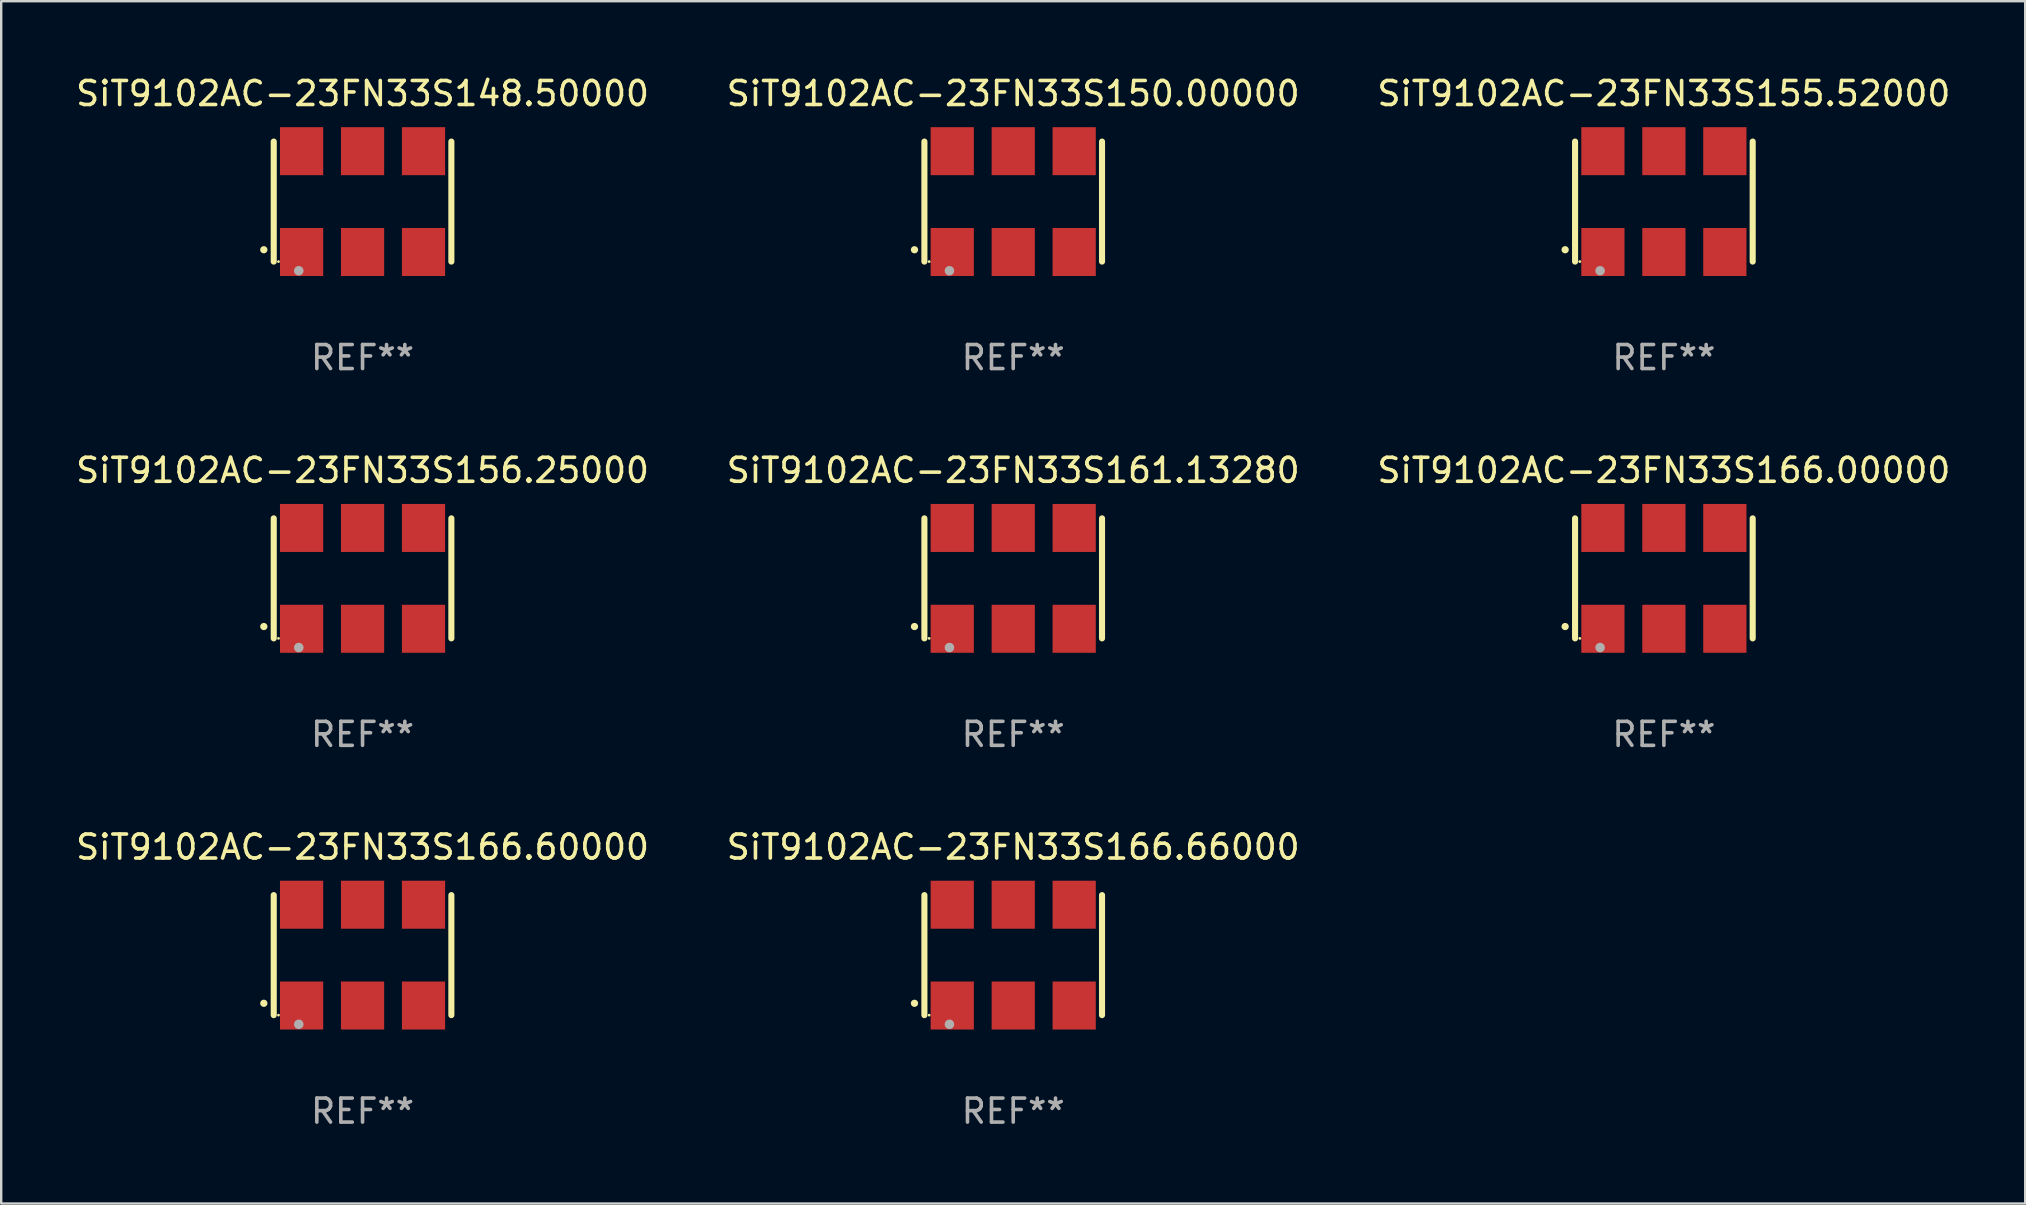
<source format=kicad_pcb>
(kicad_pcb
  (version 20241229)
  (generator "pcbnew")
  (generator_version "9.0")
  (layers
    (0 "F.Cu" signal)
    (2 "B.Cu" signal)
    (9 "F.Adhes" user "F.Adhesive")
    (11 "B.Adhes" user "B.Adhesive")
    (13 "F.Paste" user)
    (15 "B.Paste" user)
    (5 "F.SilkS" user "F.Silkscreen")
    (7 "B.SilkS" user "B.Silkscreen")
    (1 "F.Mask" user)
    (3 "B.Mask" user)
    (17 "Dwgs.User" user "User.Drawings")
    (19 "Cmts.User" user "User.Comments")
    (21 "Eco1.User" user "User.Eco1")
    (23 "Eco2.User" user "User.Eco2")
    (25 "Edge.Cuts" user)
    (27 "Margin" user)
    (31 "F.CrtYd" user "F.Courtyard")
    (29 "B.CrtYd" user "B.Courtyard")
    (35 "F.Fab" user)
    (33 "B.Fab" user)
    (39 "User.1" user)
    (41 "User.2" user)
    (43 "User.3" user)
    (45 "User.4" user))
  (footprint "SiT9102AC-23FN33S166.66000"
    (layer "F.Cu")
    (at 39.161 36.741)
    (property "Reference" "SiT9102AC-23FN33S166.66000" (at 0 -4.5 0) (layer "F.SilkS") (effects (font (size 1 1) (thickness 0.15))))
    (attr through_hole)
    (fp_line (start -3.7 -2.5) (end -3.7 2.5) (stroke (width 0.254) (type solid)) (layer "F.SilkS"))
    (fp_line (start 3.7 -2.5) (end 3.7 2.5) (stroke (width 0.254) (type solid)) (layer "F.SilkS"))
    (fp_arc (start -4.114415 2.006604) (mid -4.113145 2.006599) (end -4.111875 2.006604) (stroke (width 0.3) (type solid)) (layer "F.SilkS"))
    (fp_circle (center -3.502 2.5) (end -3.472 2.5) (stroke (width 0.06) (type solid)) (fill no) (layer "F.SilkS"))
    (fp_circle (center -2.657 2.882) (end -2.557 2.882) (stroke (width 0.2) (type solid)) (fill no) (layer "F.Fab"))
    (fp_text user "REF**" (at 0 6.5 0) (layer "F.Fab") (effects (font (size 1 1) (thickness 0.15))))
    (pad "1" smd rect (at -2.54 2.1) (size 1.8 2) (layers "F.Cu" "F.Mask" "F.Paste"))
    (pad "2" smd rect (at 0.000394 2.1) (size 1.8 2) (layers "F.Cu" "F.Mask" "F.Paste"))
    (pad "3" smd rect (at 2.54 2.1) (size 1.8 2) (layers "F.Cu" "F.Mask" "F.Paste"))
    (pad "4" smd rect (at 2.54 -2.1) (size 1.8 2) (layers "F.Cu" "F.Mask" "F.Paste"))
    (pad "5" smd rect (at 0.000394 -2.1) (size 1.8 2) (layers "F.Cu" "F.Mask" "F.Paste"))
    (pad "6" smd rect (at -2.54 -2.1) (size 1.8 2) (layers "F.Cu" "F.Mask" "F.Paste")))
  (footprint "SiT9102AC-23FN33S166.00000"
    (layer "F.Cu")
    (at 66.268 21.045)
    (property "Reference" "SiT9102AC-23FN33S166.00000" (at 0 -4.5 0) (layer "F.SilkS") (effects (font (size 1 1) (thickness 0.15))))
    (attr through_hole)
    (fp_line (start -3.7 -2.5) (end -3.7 2.5) (stroke (width 0.254) (type solid)) (layer "F.SilkS"))
    (fp_line (start 3.7 -2.5) (end 3.7 2.5) (stroke (width 0.254) (type solid)) (layer "F.SilkS"))
    (fp_arc (start -4.114415 2.006604) (mid -4.113145 2.006599) (end -4.111875 2.006604) (stroke (width 0.3) (type solid)) (layer "F.SilkS"))
    (fp_circle (center -3.502 2.5) (end -3.472 2.5) (stroke (width 0.06) (type solid)) (fill no) (layer "F.SilkS"))
    (fp_circle (center -2.657 2.882) (end -2.557 2.882) (stroke (width 0.2) (type solid)) (fill no) (layer "F.Fab"))
    (fp_text user "REF**" (at 0 6.5 0) (layer "F.Fab") (effects (font (size 1 1) (thickness 0.15))))
    (pad "1" smd rect (at -2.54 2.1) (size 1.8 2) (layers "F.Cu" "F.Mask" "F.Paste"))
    (pad "2" smd rect (at 0.000394 2.1) (size 1.8 2) (layers "F.Cu" "F.Mask" "F.Paste"))
    (pad "3" smd rect (at 2.54 2.1) (size 1.8 2) (layers "F.Cu" "F.Mask" "F.Paste"))
    (pad "4" smd rect (at 2.54 -2.1) (size 1.8 2) (layers "F.Cu" "F.Mask" "F.Paste"))
    (pad "5" smd rect (at 0.000394 -2.1) (size 1.8 2) (layers "F.Cu" "F.Mask" "F.Paste"))
    (pad "6" smd rect (at -2.54 -2.1) (size 1.8 2) (layers "F.Cu" "F.Mask" "F.Paste")))
  (footprint "SiT9102AC-23FN33S150.00000"
    (layer "F.Cu")
    (at 39.161 5.348)
    (property "Reference" "SiT9102AC-23FN33S150.00000" (at 0 -4.5 0) (layer "F.SilkS") (effects (font (size 1 1) (thickness 0.15))))
    (attr through_hole)
    (fp_line (start -3.7 -2.5) (end -3.7 2.5) (stroke (width 0.254) (type solid)) (layer "F.SilkS"))
    (fp_line (start 3.7 -2.5) (end 3.7 2.5) (stroke (width 0.254) (type solid)) (layer "F.SilkS"))
    (fp_arc (start -4.114415 2.006604) (mid -4.113145 2.006599) (end -4.111875 2.006604) (stroke (width 0.3) (type solid)) (layer "F.SilkS"))
    (fp_circle (center -3.502 2.5) (end -3.472 2.5) (stroke (width 0.06) (type solid)) (fill no) (layer "F.SilkS"))
    (fp_circle (center -2.657 2.882) (end -2.557 2.882) (stroke (width 0.2) (type solid)) (fill no) (layer "F.Fab"))
    (fp_text user "REF**" (at 0 6.5 0) (layer "F.Fab") (effects (font (size 1 1) (thickness 0.15))))
    (pad "1" smd rect (at -2.54 2.1) (size 1.8 2) (layers "F.Cu" "F.Mask" "F.Paste"))
    (pad "2" smd rect (at 0.000394 2.1) (size 1.8 2) (layers "F.Cu" "F.Mask" "F.Paste"))
    (pad "3" smd rect (at 2.54 2.1) (size 1.8 2) (layers "F.Cu" "F.Mask" "F.Paste"))
    (pad "4" smd rect (at 2.54 -2.1) (size 1.8 2) (layers "F.Cu" "F.Mask" "F.Paste"))
    (pad "5" smd rect (at 0.000394 -2.1) (size 1.8 2) (layers "F.Cu" "F.Mask" "F.Paste"))
    (pad "6" smd rect (at -2.54 -2.1) (size 1.8 2) (layers "F.Cu" "F.Mask" "F.Paste")))
  (footprint "SiT9102AC-23FN33S155.52000"
    (layer "F.Cu")
    (at 66.268 5.348)
    (property "Reference" "SiT9102AC-23FN33S155.52000" (at 0 -4.5 0) (layer "F.SilkS") (effects (font (size 1 1) (thickness 0.15))))
    (attr through_hole)
    (fp_line (start -3.7 -2.5) (end -3.7 2.5) (stroke (width 0.254) (type solid)) (layer "F.SilkS"))
    (fp_line (start 3.7 -2.5) (end 3.7 2.5) (stroke (width 0.254) (type solid)) (layer "F.SilkS"))
    (fp_arc (start -4.114415 2.006604) (mid -4.113145 2.006599) (end -4.111875 2.006604) (stroke (width 0.3) (type solid)) (layer "F.SilkS"))
    (fp_circle (center -3.502 2.5) (end -3.472 2.5) (stroke (width 0.06) (type solid)) (fill no) (layer "F.SilkS"))
    (fp_circle (center -2.657 2.882) (end -2.557 2.882) (stroke (width 0.2) (type solid)) (fill no) (layer "F.Fab"))
    (fp_text user "REF**" (at 0 6.5 0) (layer "F.Fab") (effects (font (size 1 1) (thickness 0.15))))
    (pad "1" smd rect (at -2.54 2.1) (size 1.8 2) (layers "F.Cu" "F.Mask" "F.Paste"))
    (pad "2" smd rect (at 0.000394 2.1) (size 1.8 2) (layers "F.Cu" "F.Mask" "F.Paste"))
    (pad "3" smd rect (at 2.54 2.1) (size 1.8 2) (layers "F.Cu" "F.Mask" "F.Paste"))
    (pad "4" smd rect (at 2.54 -2.1) (size 1.8 2) (layers "F.Cu" "F.Mask" "F.Paste"))
    (pad "5" smd rect (at 0.000394 -2.1) (size 1.8 2) (layers "F.Cu" "F.Mask" "F.Paste"))
    (pad "6" smd rect (at -2.54 -2.1) (size 1.8 2) (layers "F.Cu" "F.Mask" "F.Paste")))
  (footprint "SiT9102AC-23FN33S148.50000"
    (layer "F.Cu")
    (at 12.054 5.348)
    (property "Reference" "SiT9102AC-23FN33S148.50000" (at 0 -4.5 0) (layer "F.SilkS") (effects (font (size 1 1) (thickness 0.15))))
    (attr through_hole)
    (fp_line (start -3.7 -2.5) (end -3.7 2.5) (stroke (width 0.254) (type solid)) (layer "F.SilkS"))
    (fp_line (start 3.7 -2.5) (end 3.7 2.5) (stroke (width 0.254) (type solid)) (layer "F.SilkS"))
    (fp_arc (start -4.114415 2.006604) (mid -4.113145 2.006599) (end -4.111875 2.006604) (stroke (width 0.3) (type solid)) (layer "F.SilkS"))
    (fp_circle (center -3.502 2.5) (end -3.472 2.5) (stroke (width 0.06) (type solid)) (fill no) (layer "F.SilkS"))
    (fp_circle (center -2.657 2.882) (end -2.557 2.882) (stroke (width 0.2) (type solid)) (fill no) (layer "F.Fab"))
    (fp_text user "REF**" (at 0 6.5 0) (layer "F.Fab") (effects (font (size 1 1) (thickness 0.15))))
    (pad "1" smd rect (at -2.54 2.1) (size 1.8 2) (layers "F.Cu" "F.Mask" "F.Paste"))
    (pad "2" smd rect (at 0.000394 2.1) (size 1.8 2) (layers "F.Cu" "F.Mask" "F.Paste"))
    (pad "3" smd rect (at 2.54 2.1) (size 1.8 2) (layers "F.Cu" "F.Mask" "F.Paste"))
    (pad "4" smd rect (at 2.54 -2.1) (size 1.8 2) (layers "F.Cu" "F.Mask" "F.Paste"))
    (pad "5" smd rect (at 0.000394 -2.1) (size 1.8 2) (layers "F.Cu" "F.Mask" "F.Paste"))
    (pad "6" smd rect (at -2.54 -2.1) (size 1.8 2) (layers "F.Cu" "F.Mask" "F.Paste")))
  (footprint "SiT9102AC-23FN33S156.25000"
    (layer "F.Cu")
    (at 12.054 21.045)
    (property "Reference" "SiT9102AC-23FN33S156.25000" (at 0 -4.5 0) (layer "F.SilkS") (effects (font (size 1 1) (thickness 0.15))))
    (attr through_hole)
    (fp_line (start -3.7 -2.5) (end -3.7 2.5) (stroke (width 0.254) (type solid)) (layer "F.SilkS"))
    (fp_line (start 3.7 -2.5) (end 3.7 2.5) (stroke (width 0.254) (type solid)) (layer "F.SilkS"))
    (fp_arc (start -4.114415 2.006604) (mid -4.113145 2.006599) (end -4.111875 2.006604) (stroke (width 0.3) (type solid)) (layer "F.SilkS"))
    (fp_circle (center -3.502 2.5) (end -3.472 2.5) (stroke (width 0.06) (type solid)) (fill no) (layer "F.SilkS"))
    (fp_circle (center -2.657 2.882) (end -2.557 2.882) (stroke (width 0.2) (type solid)) (fill no) (layer "F.Fab"))
    (fp_text user "REF**" (at 0 6.5 0) (layer "F.Fab") (effects (font (size 1 1) (thickness 0.15))))
    (pad "1" smd rect (at -2.54 2.1) (size 1.8 2) (layers "F.Cu" "F.Mask" "F.Paste"))
    (pad "2" smd rect (at 0.000394 2.1) (size 1.8 2) (layers "F.Cu" "F.Mask" "F.Paste"))
    (pad "3" smd rect (at 2.54 2.1) (size 1.8 2) (layers "F.Cu" "F.Mask" "F.Paste"))
    (pad "4" smd rect (at 2.54 -2.1) (size 1.8 2) (layers "F.Cu" "F.Mask" "F.Paste"))
    (pad "5" smd rect (at 0.000394 -2.1) (size 1.8 2) (layers "F.Cu" "F.Mask" "F.Paste"))
    (pad "6" smd rect (at -2.54 -2.1) (size 1.8 2) (layers "F.Cu" "F.Mask" "F.Paste")))
  (footprint "SiT9102AC-23FN33S161.13280"
    (layer "F.Cu")
    (at 39.161 21.045)
    (property "Reference" "SiT9102AC-23FN33S161.13280" (at 0 -4.5 0) (layer "F.SilkS") (effects (font (size 1 1) (thickness 0.15))))
    (attr through_hole)
    (fp_line (start -3.7 -2.5) (end -3.7 2.5) (stroke (width 0.254) (type solid)) (layer "F.SilkS"))
    (fp_line (start 3.7 -2.5) (end 3.7 2.5) (stroke (width 0.254) (type solid)) (layer "F.SilkS"))
    (fp_arc (start -4.114415 2.006604) (mid -4.113145 2.006599) (end -4.111875 2.006604) (stroke (width 0.3) (type solid)) (layer "F.SilkS"))
    (fp_circle (center -3.502 2.5) (end -3.472 2.5) (stroke (width 0.06) (type solid)) (fill no) (layer "F.SilkS"))
    (fp_circle (center -2.657 2.882) (end -2.557 2.882) (stroke (width 0.2) (type solid)) (fill no) (layer "F.Fab"))
    (fp_text user "REF**" (at 0 6.5 0) (layer "F.Fab") (effects (font (size 1 1) (thickness 0.15))))
    (pad "1" smd rect (at -2.54 2.1) (size 1.8 2) (layers "F.Cu" "F.Mask" "F.Paste"))
    (pad "2" smd rect (at 0.000394 2.1) (size 1.8 2) (layers "F.Cu" "F.Mask" "F.Paste"))
    (pad "3" smd rect (at 2.54 2.1) (size 1.8 2) (layers "F.Cu" "F.Mask" "F.Paste"))
    (pad "4" smd rect (at 2.54 -2.1) (size 1.8 2) (layers "F.Cu" "F.Mask" "F.Paste"))
    (pad "5" smd rect (at 0.000394 -2.1) (size 1.8 2) (layers "F.Cu" "F.Mask" "F.Paste"))
    (pad "6" smd rect (at -2.54 -2.1) (size 1.8 2) (layers "F.Cu" "F.Mask" "F.Paste")))
  (footprint "SiT9102AC-23FN33S166.60000"
    (layer "F.Cu")
    (at 12.054 36.741)
    (property "Reference" "SiT9102AC-23FN33S166.60000" (at 0 -4.5 0) (layer "F.SilkS") (effects (font (size 1 1) (thickness 0.15))))
    (attr through_hole)
    (fp_line (start -3.7 -2.5) (end -3.7 2.5) (stroke (width 0.254) (type solid)) (layer "F.SilkS"))
    (fp_line (start 3.7 -2.5) (end 3.7 2.5) (stroke (width 0.254) (type solid)) (layer "F.SilkS"))
    (fp_arc (start -4.114415 2.006604) (mid -4.113145 2.006599) (end -4.111875 2.006604) (stroke (width 0.3) (type solid)) (layer "F.SilkS"))
    (fp_circle (center -3.502 2.5) (end -3.472 2.5) (stroke (width 0.06) (type solid)) (fill no) (layer "F.SilkS"))
    (fp_circle (center -2.657 2.882) (end -2.557 2.882) (stroke (width 0.2) (type solid)) (fill no) (layer "F.Fab"))
    (fp_text user "REF**" (at 0 6.5 0) (layer "F.Fab") (effects (font (size 1 1) (thickness 0.15))))
    (pad "1" smd rect (at -2.54 2.1) (size 1.8 2) (layers "F.Cu" "F.Mask" "F.Paste"))
    (pad "2" smd rect (at 0.000394 2.1) (size 1.8 2) (layers "F.Cu" "F.Mask" "F.Paste"))
    (pad "3" smd rect (at 2.54 2.1) (size 1.8 2) (layers "F.Cu" "F.Mask" "F.Paste"))
    (pad "4" smd rect (at 2.54 -2.1) (size 1.8 2) (layers "F.Cu" "F.Mask" "F.Paste"))
    (pad "5" smd rect (at 0.000394 -2.1) (size 1.8 2) (layers "F.Cu" "F.Mask" "F.Paste"))
    (pad "6" smd rect (at -2.54 -2.1) (size 1.8 2) (layers "F.Cu" "F.Mask" "F.Paste")))
  (gr_rect
    (start -3 -3)
    (end 81.321 47.09)
    (stroke (width 0.1) (type default))
    (fill no)
    (layer "Edge.Cuts")))
</source>
